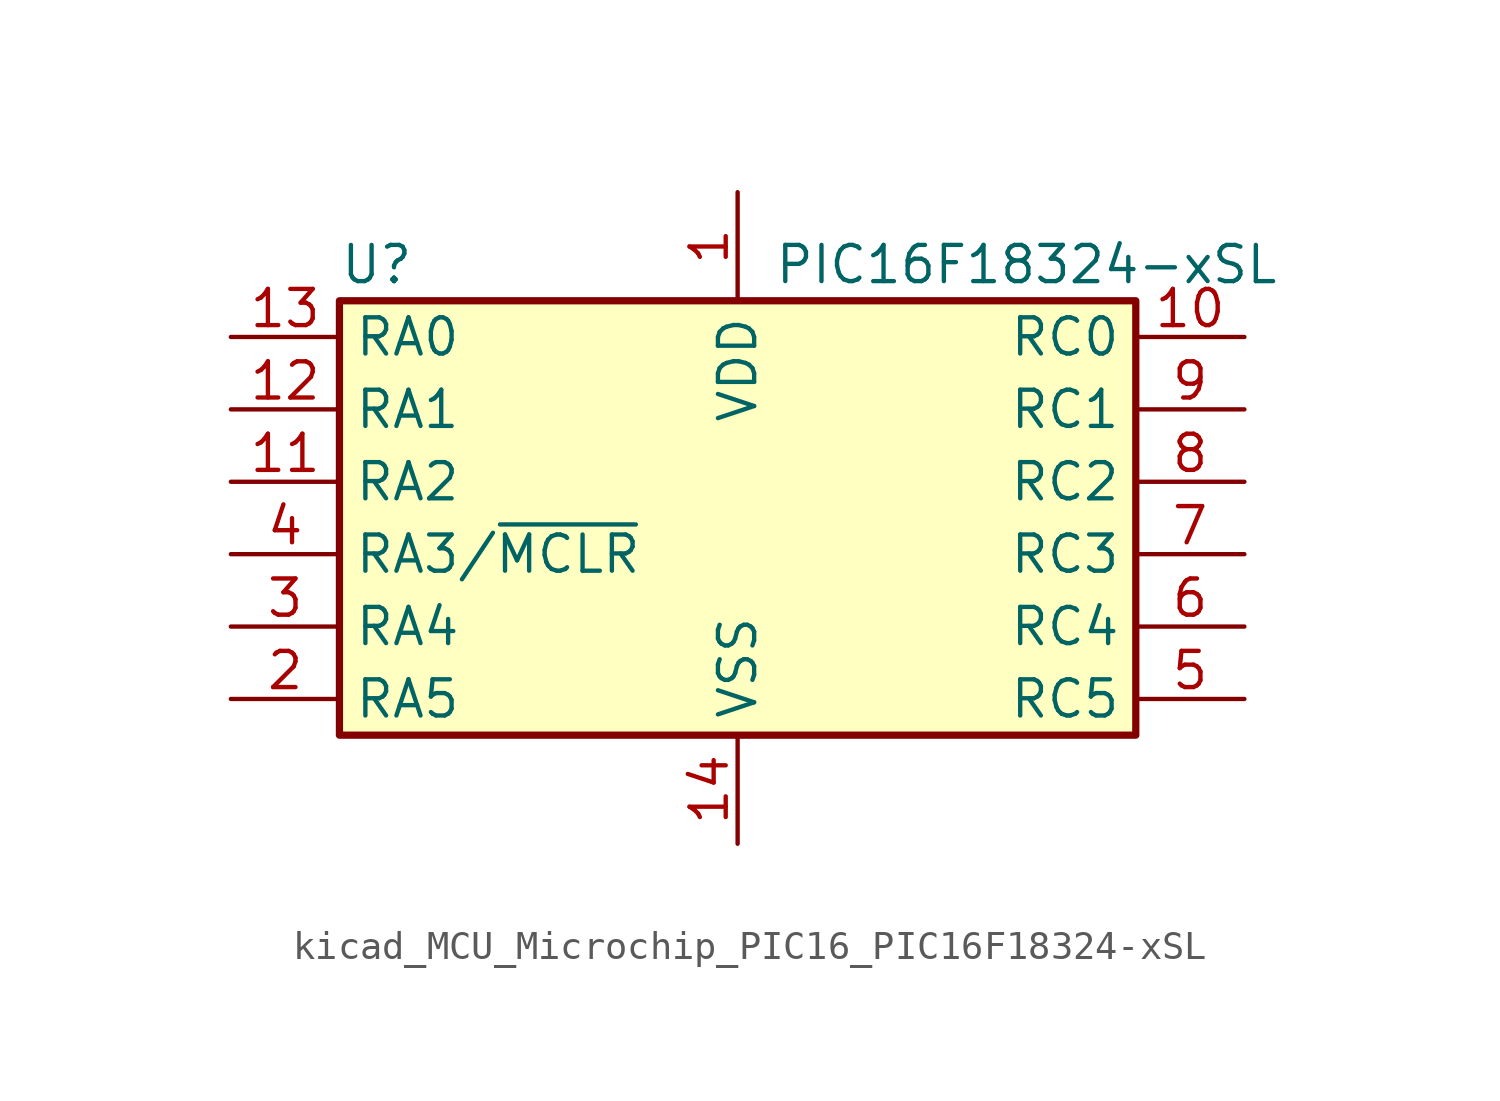
<source format=kicad_sym>
(kicad_symbol_lib
  (version 20220914)
  (generator kicad_symbol_editor)
  (symbol "kicad_MCU_Microchip_PIC16_PIC16F18324-xSL"
    (property "Reference" "U"
      (at -13.97 10.16 0)
      (effects (font (size 1.27 1.27)) (justify left)))
    (property "Value" "PIC16F18324-xSL"
      (at 1.27 10.16 0)
      (effects (font (size 1.27 1.27)) (justify left)))
    (symbol "kicad_MCU_Microchip_PIC16_PIC16F18324-xSL_1_1"
      (rectangle (start -13.97 8.89) (end 13.97 -6.35) (stroke (width 0.254) (type default)) (fill (type background)))
      (pin power_in line (at 0 12.7 270) (length 3.81) (name "VDD" (effects (font (size 1.27 1.27)))) (number "1" (effects (font (size 1.27 1.27)))))
      (pin bidirectional line (at 17.78 7.62 180) (length 3.81) (name "RC0" (effects (font (size 1.27 1.27)))) (number "10" (effects (font (size 1.27 1.27)))))
      (pin bidirectional line (at -17.78 2.54 0) (length 3.81) (name "RA2" (effects (font (size 1.27 1.27)))) (number "11" (effects (font (size 1.27 1.27)))))
      (pin bidirectional line (at -17.78 5.08 0) (length 3.81) (name "RA1" (effects (font (size 1.27 1.27)))) (number "12" (effects (font (size 1.27 1.27)))))
      (pin bidirectional line (at -17.78 7.62 0) (length 3.81) (name "RA0" (effects (font (size 1.27 1.27)))) (number "13" (effects (font (size 1.27 1.27)))))
      (pin power_in line (at 0 -10.16 90) (length 3.81) (name "VSS" (effects (font (size 1.27 1.27)))) (number "14" (effects (font (size 1.27 1.27)))))
      (pin bidirectional line (at -17.78 -5.08 0) (length 3.81) (name "RA5" (effects (font (size 1.27 1.27)))) (number "2" (effects (font (size 1.27 1.27)))))
      (pin bidirectional line (at -17.78 -2.54 0) (length 3.81) (name "RA4" (effects (font (size 1.27 1.27)))) (number "3" (effects (font (size 1.27 1.27)))))
      (pin bidirectional line (at -17.78 0 0) (length 3.81) (name "RA3/~{MCLR}" (effects (font (size 1.27 1.27)))) (number "4" (effects (font (size 1.27 1.27)))))
      (pin bidirectional line (at 17.78 -5.08 180) (length 3.81) (name "RC5" (effects (font (size 1.27 1.27)))) (number "5" (effects (font (size 1.27 1.27)))))
      (pin bidirectional line (at 17.78 -2.54 180) (length 3.81) (name "RC4" (effects (font (size 1.27 1.27)))) (number "6" (effects (font (size 1.27 1.27)))))
      (pin bidirectional line (at 17.78 0 180) (length 3.81) (name "RC3" (effects (font (size 1.27 1.27)))) (number "7" (effects (font (size 1.27 1.27)))))
      (pin bidirectional line (at 17.78 2.54 180) (length 3.81) (name "RC2" (effects (font (size 1.27 1.27)))) (number "8" (effects (font (size 1.27 1.27)))))
      (pin bidirectional line (at 17.78 5.08 180) (length 3.81) (name "RC1" (effects (font (size 1.27 1.27)))) (number "9" (effects (font (size 1.27 1.27))))))))
</source>
